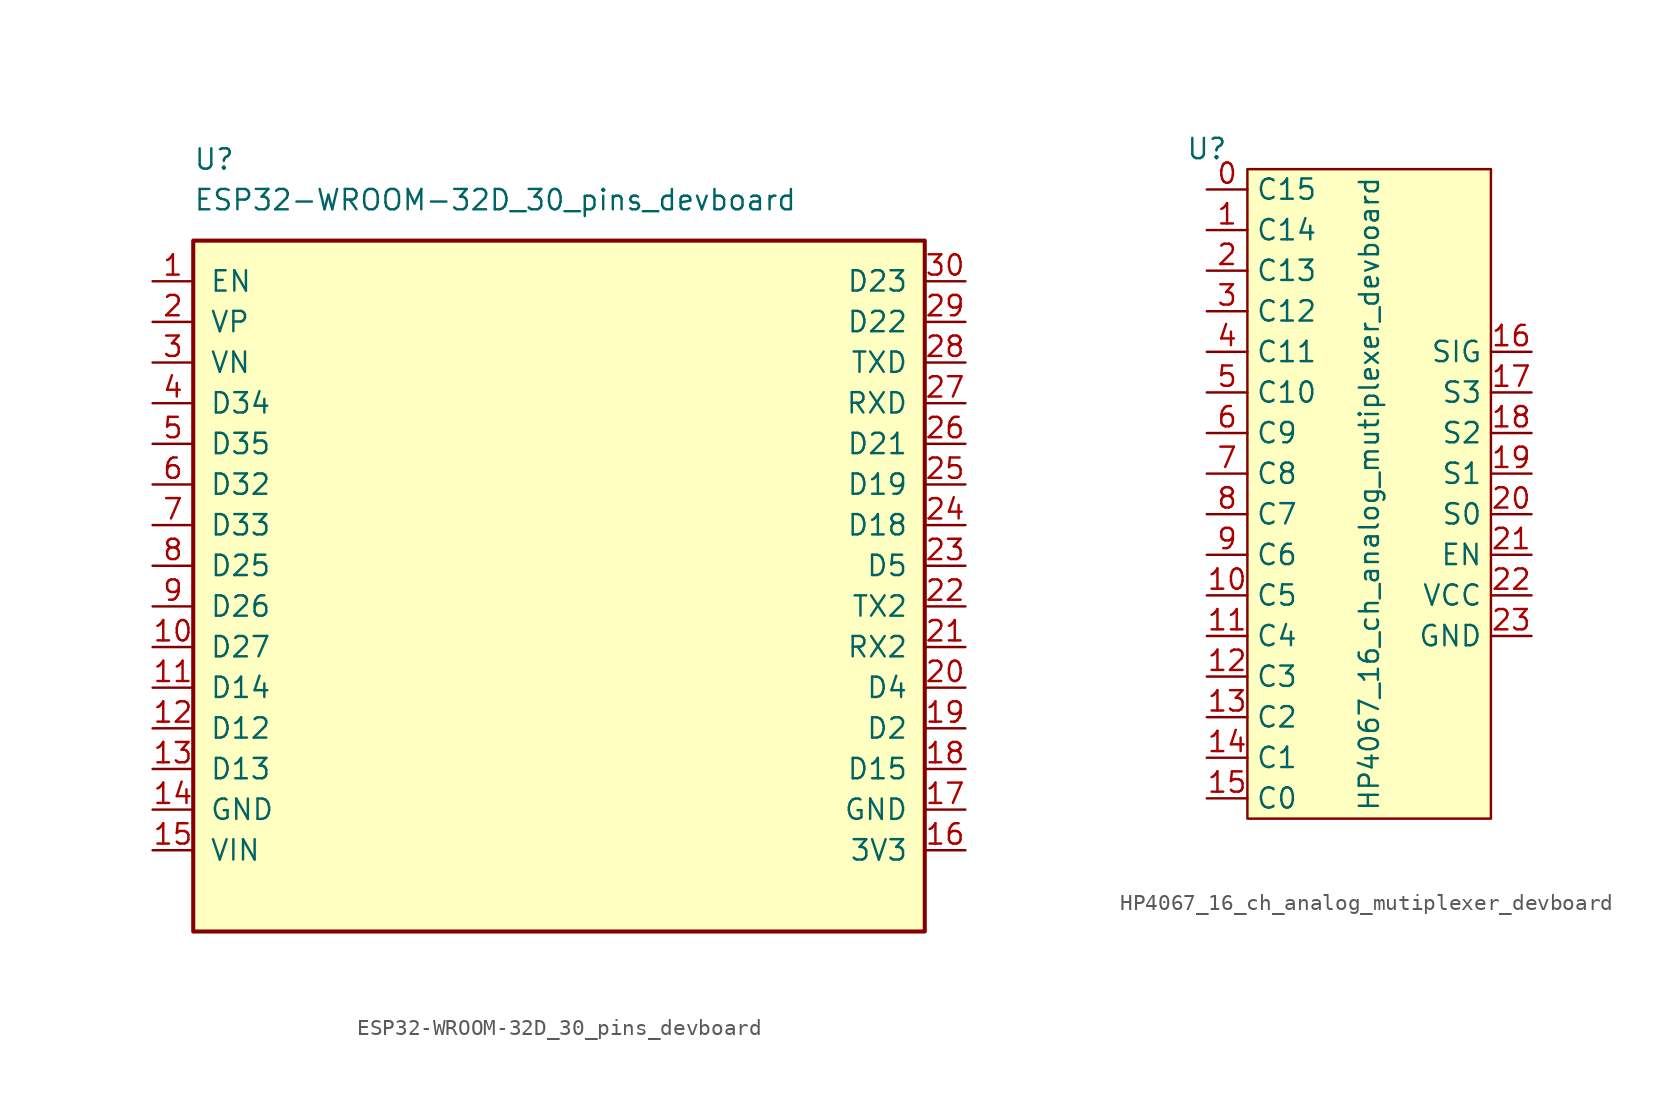
<source format=kicad_sym>
(kicad_symbol_lib
  (version 20231120)
  (generator "kicad_symbol_editor")
  (generator_version "8.0")
  (symbol "ESP32-WROOM-32D_30_pins_devboard"
    (pin_names
      (offset 1.016))
    (property "Reference" "U"
      (at -22.86 25.4 0)
      (effects (font (size 1.27 1.27)) (justify left)))
    (property "Value" "ESP32-WROOM-32D_30_pins_devboard"
      (at -22.86 22.86 0)
      (effects (font (size 1.27 1.27)) (justify left)))
    (symbol "ESP32-WROOM-32D_30_pins_devboard_0_1"
      (rectangle (start -22.86 20.32) (end 22.86 -22.86) (stroke (width 0.254) (type default)) (fill (type background))))
    (symbol "ESP32-WROOM-32D_30_pins_devboard_1_0"
      (pin passive line (at -25.4 -15.24 0) (length 2.54) (name "GND" (effects (font (size 1.27 1.27)))) (number "14" (effects (font (size 1.27 1.27)))))
      (pin bidirectional line (at -25.4 15.24 0) (length 2.54) (name "VP" (effects (font (size 1.27 1.27)))) (number "2" (effects (font (size 1.27 1.27)))))
      (pin bidirectional line (at 25.4 17.78 180) (length 2.54) (name "D23" (effects (font (size 1.27 1.27)))) (number "30" (effects (font (size 1.27 1.27))))))
    (symbol "ESP32-WROOM-32D_30_pins_devboard_1_1"
      (pin input line (at -25.4 17.78 0) (length 2.54) (name "EN" (effects (font (size 1.27 1.27)))) (number "1" (effects (font (size 1.27 1.27)))))
      (pin bidirectional line (at -25.4 -5.08 0) (length 2.54) (name "D27" (effects (font (size 1.27 1.27)))) (number "10" (effects (font (size 1.27 1.27)))) (alternate "GPIO6/ADC1_CH6" bidirectional line) (alternate "GPIO6/FSPICLK" bidirectional line) (alternate "GPIO6/LP_GPIO6" bidirectional line) (alternate "GPIO6/LP_I2C_SDA" bidirectional line) (alternate "GPIO6/MTCK" bidirectional line))
      (pin bidirectional line (at -25.4 -7.62 0) (length 2.54) (name "D14" (effects (font (size 1.27 1.27)))) (number "11" (effects (font (size 1.27 1.27)))))
      (pin bidirectional line (at -25.4 -10.16 0) (length 2.54) (name "D12" (effects (font (size 1.27 1.27)))) (number "12" (effects (font (size 1.27 1.27)))))
      (pin bidirectional line (at -25.4 -12.7 0) (length 2.54) (name "D13" (effects (font (size 1.27 1.27)))) (number "13" (effects (font (size 1.27 1.27)))))
      (pin power_in line (at -25.4 -17.78 0) (length 2.54) (name "VIN" (effects (font (size 1.27 1.27)))) (number "15" (effects (font (size 1.27 1.27)))))
      (pin power_in line (at 25.4 -17.78 180) (length 2.54) (name "3V3" (effects (font (size 1.27 1.27)))) (number "16" (effects (font (size 1.27 1.27)))))
      (pin passive line (at 25.4 -15.24 180) (length 2.54) (name "GND" (effects (font (size 1.27 1.27)))) (number "17" (effects (font (size 1.27 1.27)))) (alternate "GPIO12" bidirectional line))
      (pin bidirectional line (at 25.4 -12.7 180) (length 2.54) (name "D15" (effects (font (size 1.27 1.27)))) (number "18" (effects (font (size 1.27 1.27)))) (alternate "GPIO13" bidirectional line))
      (pin bidirectional line (at 25.4 -10.16 180) (length 2.54) (name "D2" (effects (font (size 1.27 1.27)))) (number "19" (effects (font (size 1.27 1.27)))))
      (pin bidirectional line (at 25.4 -7.62 180) (length 2.54) (name "D4" (effects (font (size 1.27 1.27)))) (number "20" (effects (font (size 1.27 1.27)))))
      (pin bidirectional line (at 25.4 -5.08 180) (length 2.54) (name "RX2" (effects (font (size 1.27 1.27)))) (number "21" (effects (font (size 1.27 1.27)))))
      (pin bidirectional line (at 25.4 -2.54 180) (length 2.54) (name "TX2" (effects (font (size 1.27 1.27)))) (number "22" (effects (font (size 1.27 1.27)))) (alternate "GPIO18/FSPICS2" bidirectional line) (alternate "GPIO18/SDIO_CMD" bidirectional line))
      (pin bidirectional line (at 25.4 0 180) (length 2.54) (name "D5" (effects (font (size 1.27 1.27)))) (number "23" (effects (font (size 1.27 1.27)))) (alternate "GPIO19/FSPICS3" bidirectional line) (alternate "GPIO19/SDIO_CLK" bidirectional line))
      (pin bidirectional line (at 25.4 2.54 180) (length 2.54) (name "D18" (effects (font (size 1.27 1.27)))) (number "24" (effects (font (size 1.27 1.27)))) (alternate "GPIO20/FSPICS4" bidirectional line) (alternate "GPIO20/SDIO_DATA0" bidirectional line))
      (pin bidirectional line (at 25.4 5.08 180) (length 2.54) (name "D19" (effects (font (size 1.27 1.27)))) (number "25" (effects (font (size 1.27 1.27)))) (alternate "GPIO21/FSPICS5" bidirectional line) (alternate "GPIO21/SDIO_DATA1" bidirectional line))
      (pin bidirectional line (at 25.4 7.62 180) (length 2.54) (name "D21" (effects (font (size 1.27 1.27)))) (number "26" (effects (font (size 1.27 1.27)))) (alternate "GPIO22/SDIO_DATA2" bidirectional line))
      (pin bidirectional line (at 25.4 10.16 180) (length 2.54) (name "RXD" (effects (font (size 1.27 1.27)))) (number "27" (effects (font (size 1.27 1.27)))) (alternate "GPIO23/SDIO_DATA3" bidirectional line))
      (pin bidirectional line (at 25.4 12.7 180) (length 2.54) (name "TXD" (effects (font (size 1.27 1.27)))) (number "28" (effects (font (size 1.27 1.27)))) (alternate "GPIO17" bidirectional line) (alternate "GPIO17/FSPICS1" bidirectional line))
      (pin bidirectional line (at 25.4 15.24 180) (length 2.54) (name "D22" (effects (font (size 1.27 1.27)))) (number "29" (effects (font (size 1.27 1.27)))) (alternate "GPIO16" bidirectional line) (alternate "GPIO16/FSPICS0" bidirectional line))
      (pin bidirectional line (at -25.4 12.7 0) (length 2.54) (name "VN" (effects (font (size 1.27 1.27)))) (number "3" (effects (font (size 1.27 1.27)))) (alternate "GPIO2/ADC1_CH2" bidirectional line) (alternate "GPIO2/FSPIQ" bidirectional line) (alternate "GPIO2/LP_GPIO2" bidirectional line) (alternate "GPIO2/LP_UART_RTSN" bidirectional line))
      (pin bidirectional line (at -25.4 10.16 0) (length 2.54) (name "D34" (effects (font (size 1.27 1.27)))) (number "4" (effects (font (size 1.27 1.27)))) (alternate "GPIO3/ADC1_CH3" bidirectional line) (alternate "GPIO3/LP_GPIO3" bidirectional line) (alternate "GPIO3/LP_UART_CTSN" bidirectional line))
      (pin bidirectional line (at -25.4 7.62 0) (length 2.54) (name "D35" (effects (font (size 1.27 1.27)))) (number "5" (effects (font (size 1.27 1.27)))) (alternate "GPIO4" bidirectional line) (alternate "GPIO4/ADC1_CH4" bidirectional line) (alternate "GPIO4/FSPIHD" bidirectional line) (alternate "GPIO4/LP_GPIO4" bidirectional line) (alternate "GPIO4/LP_UART_RXD" bidirectional line))
      (pin bidirectional line (at -25.4 5.08 0) (length 2.54) (name "D32" (effects (font (size 1.27 1.27)))) (number "6" (effects (font (size 1.27 1.27)))) (alternate "GPIO5" bidirectional line) (alternate "GPIO5/ADC1_CH5" bidirectional line) (alternate "GPIO5/FSPIWP" bidirectional line) (alternate "GPIO5/LP_GPIO5" bidirectional line) (alternate "GPIO5/LP_UART_TXD" bidirectional line))
      (pin bidirectional line (at -25.4 2.54 0) (length 2.54) (name "D33" (effects (font (size 1.27 1.27)))) (number "7" (effects (font (size 1.27 1.27)))) (alternate "GPIO0/ADC1_CH0" bidirectional line) (alternate "GPIO0/LP_GPIO0" bidirectional line) (alternate "GPIO0/LP_UART_DTRN" bidirectional line) (alternate "GPIO0/XTAL_32K_P" bidirectional line))
      (pin bidirectional line (at -25.4 0 0) (length 2.54) (name "D25" (effects (font (size 1.27 1.27)))) (number "8" (effects (font (size 1.27 1.27)))) (alternate "GPIO1/ADC1_CH1" bidirectional line) (alternate "GPIO1/LP_GPIO1" bidirectional line) (alternate "GPIO1/LP_UART_DSRN" bidirectional line) (alternate "GPIO1/XTAL_32K_N" bidirectional line))
      (pin bidirectional line (at -25.4 -2.54 0) (length 2.54) (name "D26" (effects (font (size 1.27 1.27)))) (number "9" (effects (font (size 1.27 1.27)))))))
  (symbol "HP4067_16_ch_analog_mutiplexer_devboard"
    (property "Reference" "U"
      (at 0 2.54 0)
      (effects (font (size 1.27 1.27))))
    (property "Value" "HP4067_16_ch_analog_mutiplexer_devboard"
      (at 10.16 -19.05 90)
      (effects (font (size 1.2 1.2))))
    (symbol "HP4067_16_ch_analog_mutiplexer_devboard_1_0"
      (pin bidirectional line (at 0 0 0) (length 2.54) (name "C15" (effects (font (size 1.27 1.27)))) (number "0" (effects (font (size 1.27 1.27)))))
      (pin bidirectional line (at 0 -2.54 0) (length 2.54) (name "C14" (effects (font (size 1.27 1.27)))) (number "1" (effects (font (size 1.27 1.27)))))
      (pin bidirectional line (at 0 -25.4 0) (length 2.54) (name "C5" (effects (font (size 1.27 1.27)))) (number "10" (effects (font (size 1.27 1.27)))))
      (pin bidirectional line (at 0 -27.94 0) (length 2.54) (name "C4" (effects (font (size 1.27 1.27)))) (number "11" (effects (font (size 1.27 1.27)))))
      (pin bidirectional line (at 0 -30.48 0) (length 2.54) (name "C3" (effects (font (size 1.27 1.27)))) (number "12" (effects (font (size 1.27 1.27)))))
      (pin bidirectional line (at 0 -33.02 0) (length 2.54) (name "C2" (effects (font (size 1.27 1.27)))) (number "13" (effects (font (size 1.27 1.27)))))
      (pin bidirectional line (at 0 -35.56 0) (length 2.54) (name "C1" (effects (font (size 1.27 1.27)))) (number "14" (effects (font (size 1.27 1.27)))))
      (pin bidirectional line (at 0 -38.1 0) (length 2.54) (name "C0" (effects (font (size 1.27 1.27)))) (number "15" (effects (font (size 1.27 1.27)))))
      (pin bidirectional line (at 20.32 -10.16 180) (length 2.54) (name "SIG" (effects (font (size 1.27 1.27)))) (number "16" (effects (font (size 1.27 1.27)))))
      (pin input line (at 20.32 -12.7 180) (length 2.54) (name "S3" (effects (font (size 1.27 1.27)))) (number "17" (effects (font (size 1.27 1.27)))))
      (pin input line (at 20.32 -15.24 180) (length 2.54) (name "S2" (effects (font (size 1.27 1.27)))) (number "18" (effects (font (size 1.27 1.27)))))
      (pin input line (at 20.32 -17.78 180) (length 2.54) (name "S1" (effects (font (size 1.27 1.27)))) (number "19" (effects (font (size 1.27 1.27)))))
      (pin bidirectional line (at 0 -5.08 0) (length 2.54) (name "C13" (effects (font (size 1.27 1.27)))) (number "2" (effects (font (size 1.27 1.27)))))
      (pin input line (at 20.32 -20.32 180) (length 2.54) (name "S0" (effects (font (size 1.27 1.27)))) (number "20" (effects (font (size 1.27 1.27)))))
      (pin input line (at 20.32 -22.86 180) (length 2.54) (name "EN" (effects (font (size 1.27 1.27)))) (number "21" (effects (font (size 1.27 1.27)))))
      (pin power_in line (at 20.32 -25.4 180) (length 2.54) (name "VCC" (effects (font (size 1.27 1.27)))) (number "22" (effects (font (size 1.27 1.27)))))
      (pin passive line (at 20.32 -27.94 180) (length 2.54) (name "GND" (effects (font (size 1.27 1.27)))) (number "23" (effects (font (size 1.27 1.27)))))
      (pin bidirectional line (at 0 -7.62 0) (length 2.54) (name "C12" (effects (font (size 1.27 1.27)))) (number "3" (effects (font (size 1.27 1.27)))))
      (pin bidirectional line (at 0 -10.16 0) (length 2.54) (name "C11" (effects (font (size 1.27 1.27)))) (number "4" (effects (font (size 1.27 1.27)))))
      (pin bidirectional line (at 0 -12.7 0) (length 2.54) (name "C10" (effects (font (size 1.27 1.27)))) (number "5" (effects (font (size 1.27 1.27)))))
      (pin bidirectional line (at 0 -15.24 0) (length 2.54) (name "C9" (effects (font (size 1.27 1.27)))) (number "6" (effects (font (size 1.27 1.27)))))
      (pin bidirectional line (at 0 -17.78 0) (length 2.54) (name "C8" (effects (font (size 1.27 1.27)))) (number "7" (effects (font (size 1.27 1.27)))))
      (pin bidirectional line (at 0 -20.32 0) (length 2.54) (name "C7" (effects (font (size 1.27 1.27)))) (number "8" (effects (font (size 1.27 1.27)))))
      (pin bidirectional line (at 0 -22.86 0) (length 2.54) (name "C6" (effects (font (size 1.27 1.27)))) (number "9" (effects (font (size 1.27 1.27))))))
    (symbol "HP4067_16_ch_analog_mutiplexer_devboard_1_1"
      (rectangle (start 2.54 1.27) (end 17.78 -39.37) (stroke (width 0) (type default)) (fill (type background))))))
</source>
